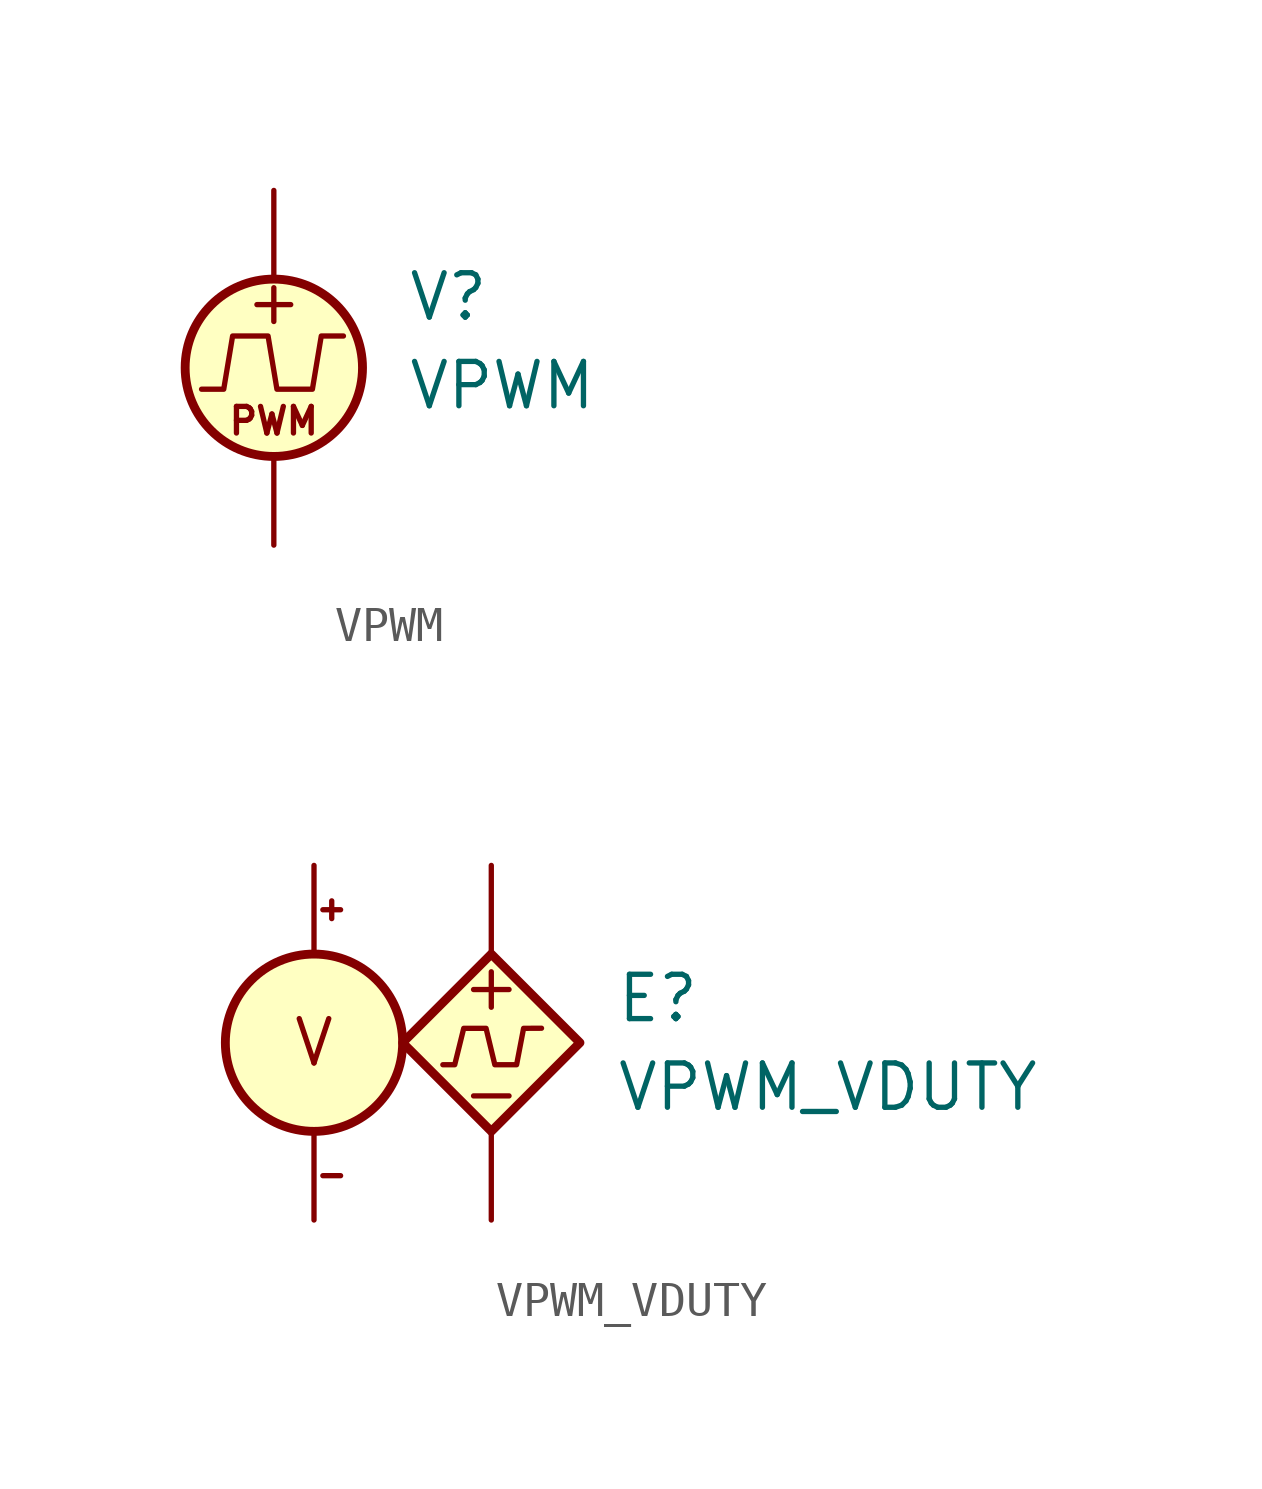
<source format=kicad_sym>
(kicad_symbol_lib
  (version 20241209)
  (generator "kicad_symbol_editor")
  (generator_version "9.0")
  (symbol "VPWM"
    (pin_numbers
      (hide yes))
    (pin_names
      (offset 0.025))
    (property "Reference" "V"
      (at 3.81 2.032 0)
      (effects (font (size 1.27 1.27)) (justify left)))
    (property "Value" "VPWM"
      (at 3.81 -0.508 0)
      (effects (font (size 1.27 1.27)) (justify left)))
    (symbol "VPWM_0_0"
      (polyline (pts (xy -2.07 -0.614) (xy -1.435 -0.614) (xy -1.181 0.91) (xy -0.165 0.91) (xy 0.089 -0.614) (xy 1.105 -0.614) (xy 1.359 0.91) (xy 1.994 0.91)) (stroke (width 0) (type default)) (fill (type none)))
      (text "+" (at 0 1.905 0) (effects (font (size 1.27 1.27)))))
    (symbol "VPWM_0_1"
      (circle (center 0 0) (radius 2.54) (stroke (width 0.254) (type default)) (fill (type background))))
    (symbol "VPWM_1_1"
      (text "PWM" (at 0 -1.524 0) (effects (font (size 0.762 0.762))))
      (pin passive line (at 0 5.08 270) (length 2.54) (name "~" (effects (font (size 1.27 1.27)))) (number "1" (effects (font (size 1.27 1.27)))))
      (pin passive line (at 0 -5.08 90) (length 2.54) (name "~" (effects (font (size 1.27 1.27)))) (number "2" (effects (font (size 1.27 1.27)))))))
  (symbol "VPWM_VDUTY"
    (pin_numbers
      (hide yes))
    (pin_names
      (offset 1.016)
      (hide yes))
    (property "Reference" "E"
      (at 3.556 1.27 0)
      (effects (font (size 1.27 1.27)) (justify left)))
    (property "Value" "VPWM_VDUTY"
      (at 3.556 -1.27 0)
      (effects (font (size 1.27 1.27)) (justify left)))
    (symbol "VPWM_VDUTY_0_0"
      (polyline (pts (xy -1.388 -0.631) (xy -1.048 -0.631) (xy -0.79 0.412) (xy -0.15 0.412) (xy 0.101 -0.631) (xy 0.725 -0.631) (xy 0.925 0.412) (xy 1.439 0.415)) (stroke (width 0) (type default)) (fill (type none))))
    (symbol "VPWM_VDUTY_0_1"
      (polyline (pts (xy 0 2.032) (xy 0 1.016)) (stroke (width 0) (type default)) (fill (type none))))
    (symbol "VPWM_VDUTY_1_1"
      (circle (center -5.08 0) (radius 2.54) (stroke (width 0.254) (type default)) (fill (type background)))
      (polyline (pts (xy -4.826 3.81) (xy -4.318 3.81)) (stroke (width 0) (type default)) (fill (type none)))
      (polyline (pts (xy -4.826 -3.81) (xy -4.318 -3.81)) (stroke (width 0) (type default)) (fill (type none)))
      (polyline (pts (xy -4.572 4.064) (xy -4.572 3.556)) (stroke (width 0) (type default)) (fill (type none)))
      (polyline (pts (xy 0 2.54) (xy -2.54 0) (xy 0 -2.54) (xy 2.54 0) (xy 0 2.54)) (stroke (width 0.254) (type default)) (fill (type background)))
      (polyline (pts (xy 0.508 1.524) (xy -0.508 1.524)) (stroke (width 0) (type default)) (fill (type none)))
      (polyline (pts (xy 0.508 -1.524) (xy -0.508 -1.524)) (stroke (width 0) (type default)) (fill (type none)))
      (text "V" (at -5.08 0 0) (effects (font (size 1.27 1.27))))
      (pin input line (at -5.08 5.08 270) (length 2.54) (name "C+" (effects (font (size 1.27 1.27)))) (number "3" (effects (font (size 1.27 1.27)))))
      (pin input line (at -5.08 -5.08 90) (length 2.54) (name "C-" (effects (font (size 1.27 1.27)))) (number "4" (effects (font (size 1.27 1.27)))))
      (pin passive line (at 0 5.08 270) (length 2.54) (name "N+" (effects (font (size 1.27 1.27)))) (number "1" (effects (font (size 1.27 1.27)))))
      (pin passive line (at 0 -5.08 90) (length 2.54) (name "N-" (effects (font (size 1.27 1.27)))) (number "2" (effects (font (size 1.27 1.27))))))))
</source>
